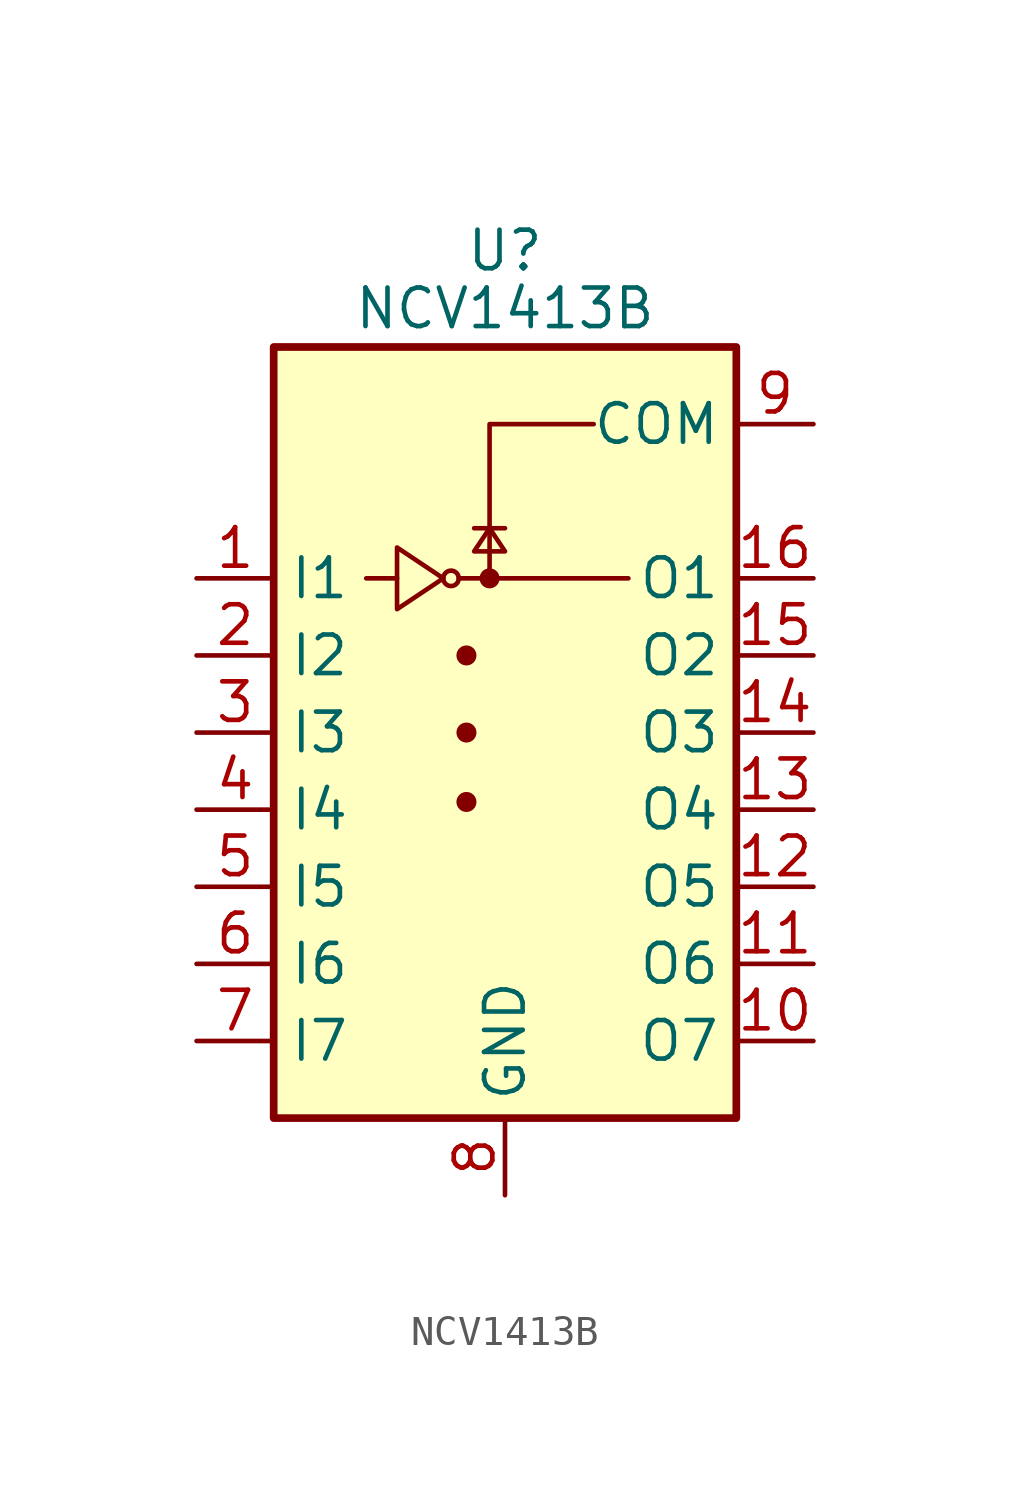
<source format=kicad_sym>
(kicad_symbol_lib
  (version 20201005)
  (generator kicad_symbol_editor)
  (symbol "NCV1413B"
    (property "Reference" "U"
      (at 0 15.875 0)
      (effects (font (size 1.27 1.27))))
    (property "Value" "NCV1413B"
      (at 0 13.97 0)
      (effects (font (size 1.27 1.27))))
    (symbol "NCV1413B_0_1"
      (circle (center -1.778 5.08) (radius 0.254) (stroke (width 0)) (fill (type none)))
      (circle (center -1.27 -2.286) (radius 0.254) (stroke (width 0)) (fill (type outline)))
      (circle (center -1.27 0) (radius 0.254) (stroke (width 0)) (fill (type outline)))
      (circle (center -1.27 2.54) (radius 0.254) (stroke (width 0)) (fill (type outline)))
      (circle (center -0.508 5.08) (radius 0.254) (stroke (width 0)) (fill (type outline)))
      (rectangle (start -7.62 -12.7) (end 7.62 12.7) (stroke (width 0.254)) (fill (type background)))
      (polyline (pts (xy -4.572 5.08) (xy -3.556 5.08)) (stroke (width 0)) (fill (type none)))
      (polyline (pts (xy -1.524 5.08) (xy 4.064 5.08)) (stroke (width 0)) (fill (type none)))
      (polyline (pts (xy 0 6.731) (xy -1.016 6.731)) (stroke (width 0)) (fill (type none)))
      (polyline (pts (xy -0.508 5.08) (xy -0.508 10.16) (xy 2.921 10.16)) (stroke (width 0)) (fill (type none)))
      (polyline (pts (xy -3.556 6.096) (xy -3.556 4.064) (xy -2.032 5.08) (xy -3.556 6.096)) (stroke (width 0)) (fill (type none)))
      (polyline (pts (xy 0 5.969) (xy -1.016 5.969) (xy -0.508 6.731) (xy 0 5.969)) (stroke (width 0)) (fill (type none))))
    (symbol "NCV1413B_1_1"
      (pin input line (at -10.16 5.08 0) (length 2.54) (name "I1" (effects (font (size 1.27 1.27)))) (number "1" (effects (font (size 1.27 1.27)))))
      (pin open_collector line (at 10.16 -10.16 180) (length 2.54) (name "O7" (effects (font (size 1.27 1.27)))) (number "10" (effects (font (size 1.27 1.27)))))
      (pin open_collector line (at 10.16 -7.62 180) (length 2.54) (name "O6" (effects (font (size 1.27 1.27)))) (number "11" (effects (font (size 1.27 1.27)))))
      (pin open_collector line (at 10.16 -5.08 180) (length 2.54) (name "O5" (effects (font (size 1.27 1.27)))) (number "12" (effects (font (size 1.27 1.27)))))
      (pin open_collector line (at 10.16 -2.54 180) (length 2.54) (name "O4" (effects (font (size 1.27 1.27)))) (number "13" (effects (font (size 1.27 1.27)))))
      (pin open_collector line (at 10.16 0 180) (length 2.54) (name "O3" (effects (font (size 1.27 1.27)))) (number "14" (effects (font (size 1.27 1.27)))))
      (pin open_collector line (at 10.16 2.54 180) (length 2.54) (name "O2" (effects (font (size 1.27 1.27)))) (number "15" (effects (font (size 1.27 1.27)))))
      (pin open_collector line (at 10.16 5.08 180) (length 2.54) (name "O1" (effects (font (size 1.27 1.27)))) (number "16" (effects (font (size 1.27 1.27)))))
      (pin input line (at -10.16 2.54 0) (length 2.54) (name "I2" (effects (font (size 1.27 1.27)))) (number "2" (effects (font (size 1.27 1.27)))))
      (pin input line (at -10.16 0 0) (length 2.54) (name "I3" (effects (font (size 1.27 1.27)))) (number "3" (effects (font (size 1.27 1.27)))))
      (pin input line (at -10.16 -2.54 0) (length 2.54) (name "I4" (effects (font (size 1.27 1.27)))) (number "4" (effects (font (size 1.27 1.27)))))
      (pin input line (at -10.16 -5.08 0) (length 2.54) (name "I5" (effects (font (size 1.27 1.27)))) (number "5" (effects (font (size 1.27 1.27)))))
      (pin input line (at -10.16 -7.62 0) (length 2.54) (name "I6" (effects (font (size 1.27 1.27)))) (number "6" (effects (font (size 1.27 1.27)))))
      (pin input line (at -10.16 -10.16 0) (length 2.54) (name "I7" (effects (font (size 1.27 1.27)))) (number "7" (effects (font (size 1.27 1.27)))))
      (pin power_in line (at 0 -15.24 90) (length 2.54) (name "GND" (effects (font (size 1.27 1.27)))) (number "8" (effects (font (size 1.27 1.27)))))
      (pin passive line (at 10.16 10.16 180) (length 2.54) (name "COM" (effects (font (size 1.27 1.27)))) (number "9" (effects (font (size 1.27 1.27))))))))
</source>
